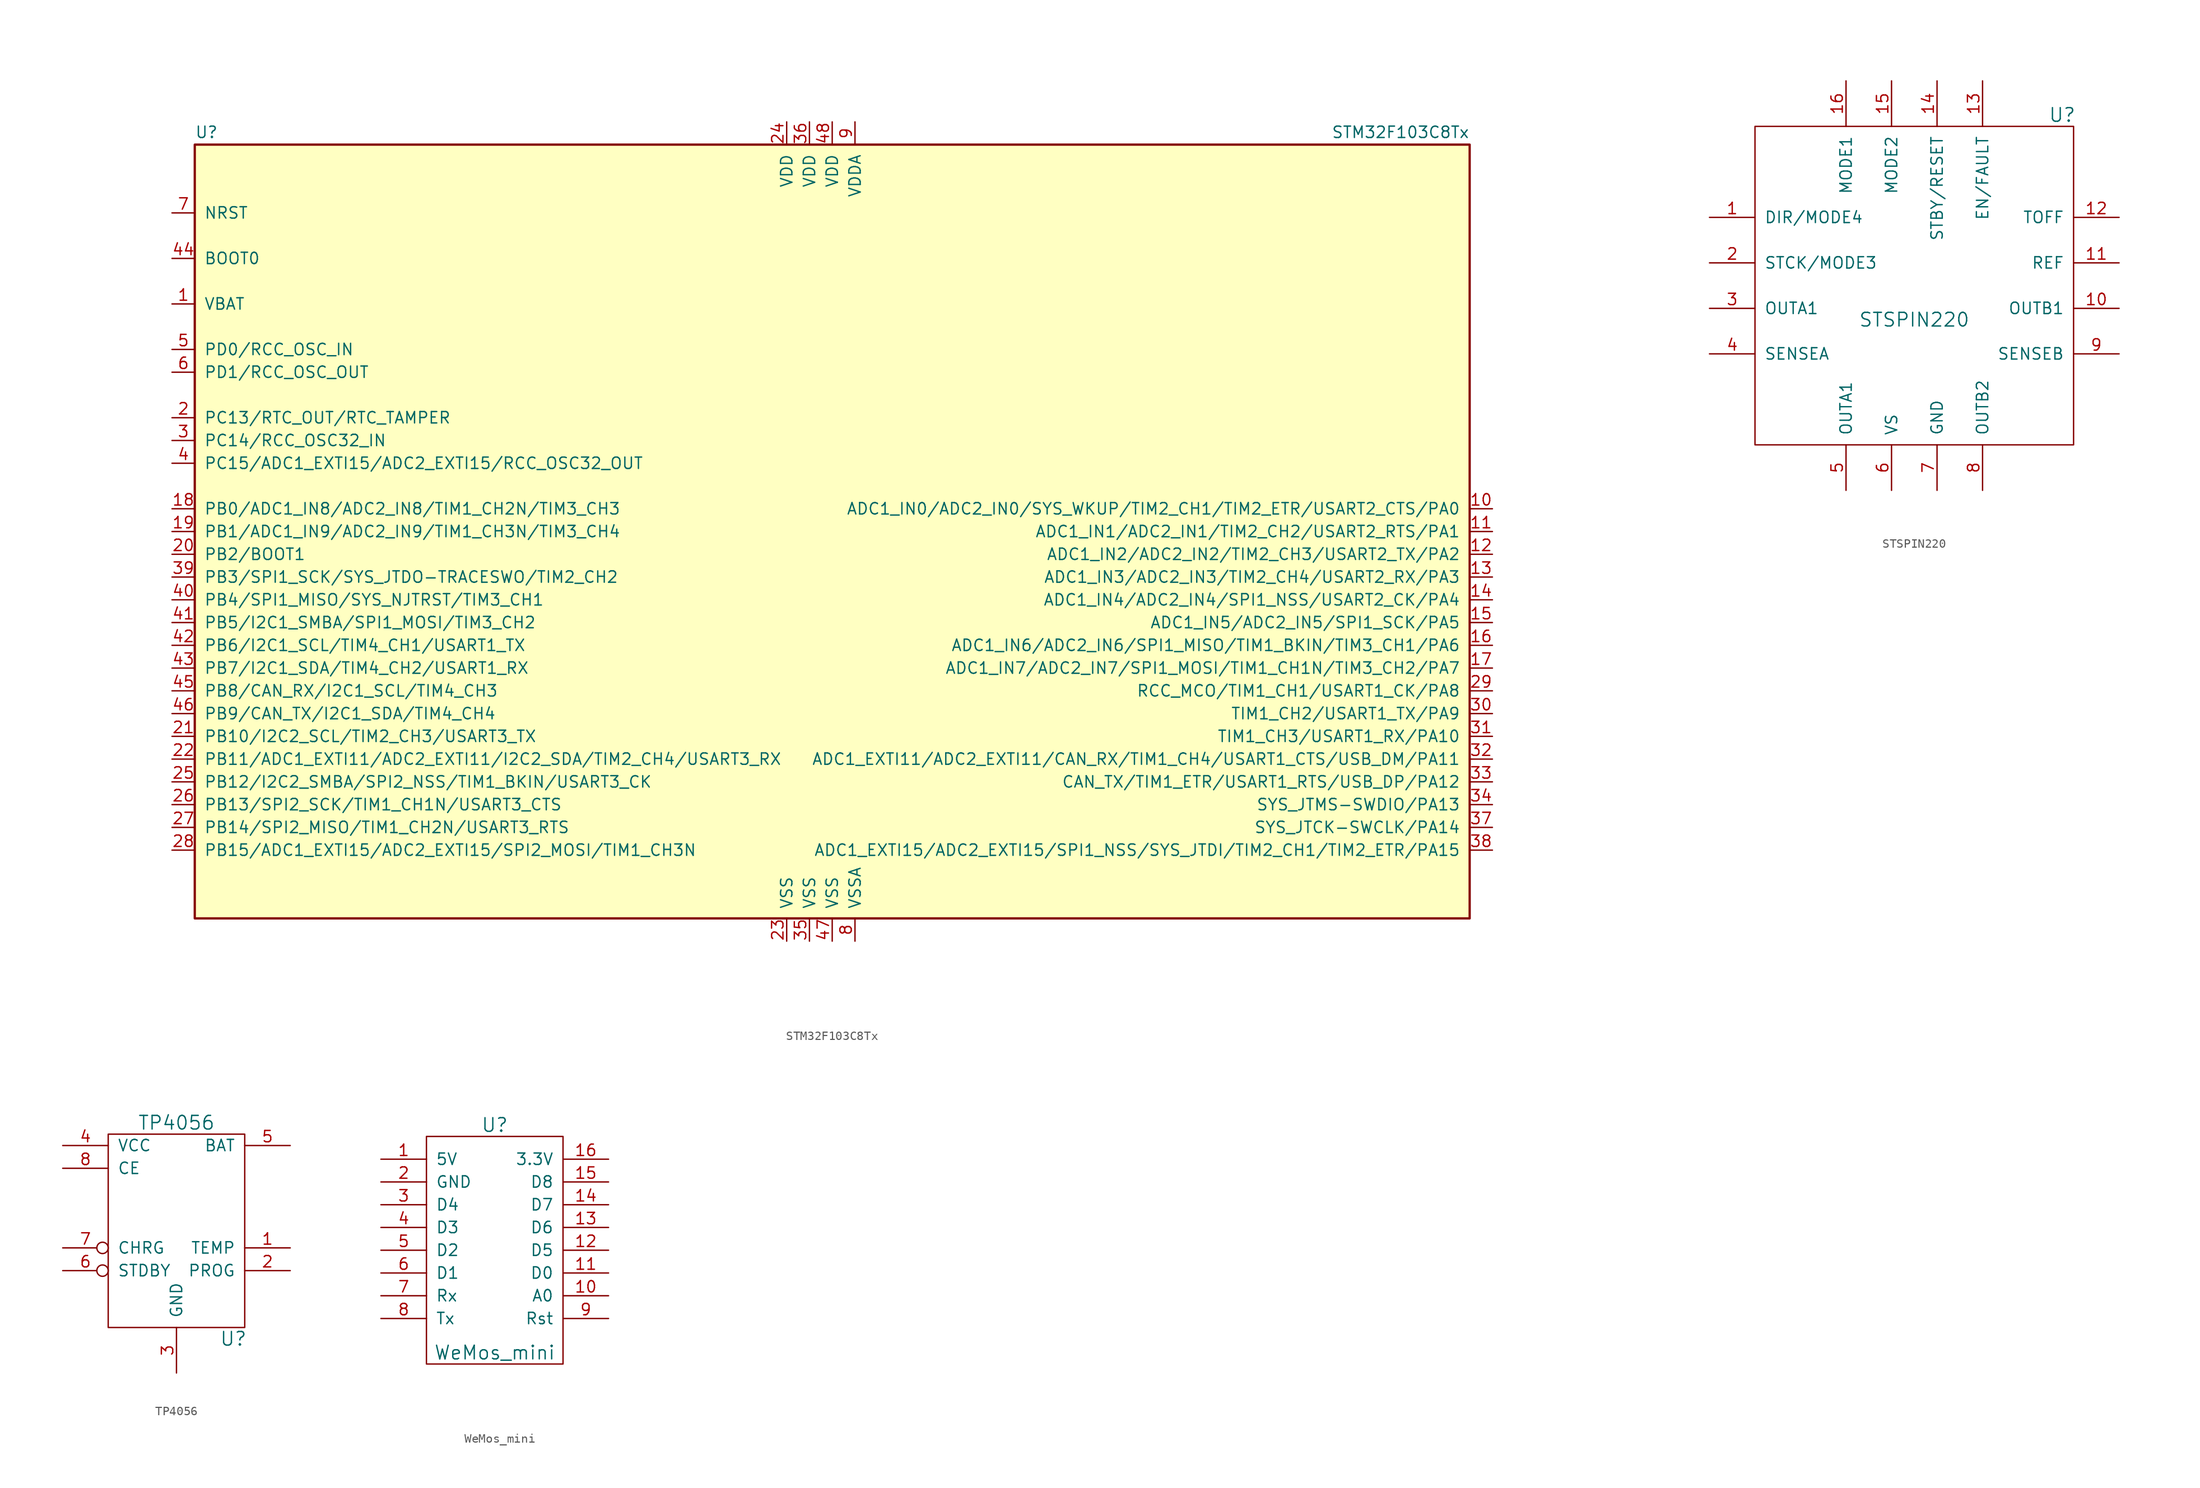
<source format=kicad_sym>
(kicad_symbol_lib
  (version 20211014)
  (generator kicad_symbol_editor)
  (symbol "STM32F103C8Tx"
    (pin_names
      (offset 1.016))
    (property "Reference" "U"
      (at -71.12 43.815 0)
      (effects (font (size 1.27 1.27)) (justify left bottom)))
    (property "Value" "STM32F103C8Tx"
      (at 71.12 43.815 0)
      (effects (font (size 1.27 1.27)) (justify right bottom)))
    (property "ki_locked" ""
      (at 0 0 0)
      (effects (font (size 1.27 1.27))))
    (symbol "STM32F103C8Tx_0_1"
      (rectangle (start -71.12 -43.18) (end 71.12 43.18) (stroke (width 0.254) (type default) (color 0 0 0 0)) (fill (type background))))
    (symbol "STM32F103C8Tx_1_1"
      (pin power_in line (at -73.66 25.4 0) (length 2.54) (name "VBAT" (effects (font (size 1.27 1.27)))) (number "1" (effects (font (size 1.27 1.27)))))
      (pin bidirectional line (at 73.66 2.54 180) (length 2.54) (name "ADC1_IN0/ADC2_IN0/SYS_WKUP/TIM2_CH1/TIM2_ETR/USART2_CTS/PA0" (effects (font (size 1.27 1.27)))) (number "10" (effects (font (size 1.27 1.27)))))
      (pin bidirectional line (at 73.66 0 180) (length 2.54) (name "ADC1_IN1/ADC2_IN1/TIM2_CH2/USART2_RTS/PA1" (effects (font (size 1.27 1.27)))) (number "11" (effects (font (size 1.27 1.27)))))
      (pin bidirectional line (at 73.66 -2.54 180) (length 2.54) (name "ADC1_IN2/ADC2_IN2/TIM2_CH3/USART2_TX/PA2" (effects (font (size 1.27 1.27)))) (number "12" (effects (font (size 1.27 1.27)))))
      (pin bidirectional line (at 73.66 -5.08 180) (length 2.54) (name "ADC1_IN3/ADC2_IN3/TIM2_CH4/USART2_RX/PA3" (effects (font (size 1.27 1.27)))) (number "13" (effects (font (size 1.27 1.27)))))
      (pin bidirectional line (at 73.66 -7.62 180) (length 2.54) (name "ADC1_IN4/ADC2_IN4/SPI1_NSS/USART2_CK/PA4" (effects (font (size 1.27 1.27)))) (number "14" (effects (font (size 1.27 1.27)))))
      (pin bidirectional line (at 73.66 -10.16 180) (length 2.54) (name "ADC1_IN5/ADC2_IN5/SPI1_SCK/PA5" (effects (font (size 1.27 1.27)))) (number "15" (effects (font (size 1.27 1.27)))))
      (pin bidirectional line (at 73.66 -12.7 180) (length 2.54) (name "ADC1_IN6/ADC2_IN6/SPI1_MISO/TIM1_BKIN/TIM3_CH1/PA6" (effects (font (size 1.27 1.27)))) (number "16" (effects (font (size 1.27 1.27)))))
      (pin bidirectional line (at 73.66 -15.24 180) (length 2.54) (name "ADC1_IN7/ADC2_IN7/SPI1_MOSI/TIM1_CH1N/TIM3_CH2/PA7" (effects (font (size 1.27 1.27)))) (number "17" (effects (font (size 1.27 1.27)))))
      (pin bidirectional line (at -73.66 2.54 0) (length 2.54) (name "PB0/ADC1_IN8/ADC2_IN8/TIM1_CH2N/TIM3_CH3" (effects (font (size 1.27 1.27)))) (number "18" (effects (font (size 1.27 1.27)))))
      (pin bidirectional line (at -73.66 0 0) (length 2.54) (name "PB1/ADC1_IN9/ADC2_IN9/TIM1_CH3N/TIM3_CH4" (effects (font (size 1.27 1.27)))) (number "19" (effects (font (size 1.27 1.27)))))
      (pin bidirectional line (at -73.66 12.7 0) (length 2.54) (name "PC13/RTC_OUT/RTC_TAMPER" (effects (font (size 1.27 1.27)))) (number "2" (effects (font (size 1.27 1.27)))))
      (pin bidirectional line (at -73.66 -2.54 0) (length 2.54) (name "PB2/BOOT1" (effects (font (size 1.27 1.27)))) (number "20" (effects (font (size 1.27 1.27)))))
      (pin bidirectional line (at -73.66 -22.86 0) (length 2.54) (name "PB10/I2C2_SCL/TIM2_CH3/USART3_TX" (effects (font (size 1.27 1.27)))) (number "21" (effects (font (size 1.27 1.27)))))
      (pin bidirectional line (at -73.66 -25.4 0) (length 2.54) (name "PB11/ADC1_EXTI11/ADC2_EXTI11/I2C2_SDA/TIM2_CH4/USART3_RX" (effects (font (size 1.27 1.27)))) (number "22" (effects (font (size 1.27 1.27)))))
      (pin power_in line (at -5.08 -45.72 90) (length 2.54) (name "VSS" (effects (font (size 1.27 1.27)))) (number "23" (effects (font (size 1.27 1.27)))))
      (pin power_in line (at -5.08 45.72 270) (length 2.54) (name "VDD" (effects (font (size 1.27 1.27)))) (number "24" (effects (font (size 1.27 1.27)))))
      (pin bidirectional line (at -73.66 -27.94 0) (length 2.54) (name "PB12/I2C2_SMBA/SPI2_NSS/TIM1_BKIN/USART3_CK" (effects (font (size 1.27 1.27)))) (number "25" (effects (font (size 1.27 1.27)))))
      (pin bidirectional line (at -73.66 -30.48 0) (length 2.54) (name "PB13/SPI2_SCK/TIM1_CH1N/USART3_CTS" (effects (font (size 1.27 1.27)))) (number "26" (effects (font (size 1.27 1.27)))))
      (pin bidirectional line (at -73.66 -33.02 0) (length 2.54) (name "PB14/SPI2_MISO/TIM1_CH2N/USART3_RTS" (effects (font (size 1.27 1.27)))) (number "27" (effects (font (size 1.27 1.27)))))
      (pin bidirectional line (at -73.66 -35.56 0) (length 2.54) (name "PB15/ADC1_EXTI15/ADC2_EXTI15/SPI2_MOSI/TIM1_CH3N" (effects (font (size 1.27 1.27)))) (number "28" (effects (font (size 1.27 1.27)))))
      (pin bidirectional line (at 73.66 -17.78 180) (length 2.54) (name "RCC_MCO/TIM1_CH1/USART1_CK/PA8" (effects (font (size 1.27 1.27)))) (number "29" (effects (font (size 1.27 1.27)))))
      (pin bidirectional line (at -73.66 10.16 0) (length 2.54) (name "PC14/RCC_OSC32_IN" (effects (font (size 1.27 1.27)))) (number "3" (effects (font (size 1.27 1.27)))))
      (pin bidirectional line (at 73.66 -20.32 180) (length 2.54) (name "TIM1_CH2/USART1_TX/PA9" (effects (font (size 1.27 1.27)))) (number "30" (effects (font (size 1.27 1.27)))))
      (pin bidirectional line (at 73.66 -22.86 180) (length 2.54) (name "TIM1_CH3/USART1_RX/PA10" (effects (font (size 1.27 1.27)))) (number "31" (effects (font (size 1.27 1.27)))))
      (pin bidirectional line (at 73.66 -25.4 180) (length 2.54) (name "ADC1_EXTI11/ADC2_EXTI11/CAN_RX/TIM1_CH4/USART1_CTS/USB_DM/PA11" (effects (font (size 1.27 1.27)))) (number "32" (effects (font (size 1.27 1.27)))))
      (pin bidirectional line (at 73.66 -27.94 180) (length 2.54) (name "CAN_TX/TIM1_ETR/USART1_RTS/USB_DP/PA12" (effects (font (size 1.27 1.27)))) (number "33" (effects (font (size 1.27 1.27)))))
      (pin bidirectional line (at 73.66 -30.48 180) (length 2.54) (name "SYS_JTMS-SWDIO/PA13" (effects (font (size 1.27 1.27)))) (number "34" (effects (font (size 1.27 1.27)))))
      (pin power_in line (at -2.54 -45.72 90) (length 2.54) (name "VSS" (effects (font (size 1.27 1.27)))) (number "35" (effects (font (size 1.27 1.27)))))
      (pin power_in line (at -2.54 45.72 270) (length 2.54) (name "VDD" (effects (font (size 1.27 1.27)))) (number "36" (effects (font (size 1.27 1.27)))))
      (pin bidirectional line (at 73.66 -33.02 180) (length 2.54) (name "SYS_JTCK-SWCLK/PA14" (effects (font (size 1.27 1.27)))) (number "37" (effects (font (size 1.27 1.27)))))
      (pin bidirectional line (at 73.66 -35.56 180) (length 2.54) (name "ADC1_EXTI15/ADC2_EXTI15/SPI1_NSS/SYS_JTDI/TIM2_CH1/TIM2_ETR/PA15" (effects (font (size 1.27 1.27)))) (number "38" (effects (font (size 1.27 1.27)))))
      (pin bidirectional line (at -73.66 -5.08 0) (length 2.54) (name "PB3/SPI1_SCK/SYS_JTDO-TRACESWO/TIM2_CH2" (effects (font (size 1.27 1.27)))) (number "39" (effects (font (size 1.27 1.27)))))
      (pin bidirectional line (at -73.66 7.62 0) (length 2.54) (name "PC15/ADC1_EXTI15/ADC2_EXTI15/RCC_OSC32_OUT" (effects (font (size 1.27 1.27)))) (number "4" (effects (font (size 1.27 1.27)))))
      (pin bidirectional line (at -73.66 -7.62 0) (length 2.54) (name "PB4/SPI1_MISO/SYS_NJTRST/TIM3_CH1" (effects (font (size 1.27 1.27)))) (number "40" (effects (font (size 1.27 1.27)))))
      (pin bidirectional line (at -73.66 -10.16 0) (length 2.54) (name "PB5/I2C1_SMBA/SPI1_MOSI/TIM3_CH2" (effects (font (size 1.27 1.27)))) (number "41" (effects (font (size 1.27 1.27)))))
      (pin bidirectional line (at -73.66 -12.7 0) (length 2.54) (name "PB6/I2C1_SCL/TIM4_CH1/USART1_TX" (effects (font (size 1.27 1.27)))) (number "42" (effects (font (size 1.27 1.27)))))
      (pin bidirectional line (at -73.66 -15.24 0) (length 2.54) (name "PB7/I2C1_SDA/TIM4_CH2/USART1_RX" (effects (font (size 1.27 1.27)))) (number "43" (effects (font (size 1.27 1.27)))))
      (pin input line (at -73.66 30.48 0) (length 2.54) (name "BOOT0" (effects (font (size 1.27 1.27)))) (number "44" (effects (font (size 1.27 1.27)))))
      (pin bidirectional line (at -73.66 -17.78 0) (length 2.54) (name "PB8/CAN_RX/I2C1_SCL/TIM4_CH3" (effects (font (size 1.27 1.27)))) (number "45" (effects (font (size 1.27 1.27)))))
      (pin bidirectional line (at -73.66 -20.32 0) (length 2.54) (name "PB9/CAN_TX/I2C1_SDA/TIM4_CH4" (effects (font (size 1.27 1.27)))) (number "46" (effects (font (size 1.27 1.27)))))
      (pin power_in line (at 0 -45.72 90) (length 2.54) (name "VSS" (effects (font (size 1.27 1.27)))) (number "47" (effects (font (size 1.27 1.27)))))
      (pin power_in line (at 0 45.72 270) (length 2.54) (name "VDD" (effects (font (size 1.27 1.27)))) (number "48" (effects (font (size 1.27 1.27)))))
      (pin input line (at -73.66 20.32 0) (length 2.54) (name "PD0/RCC_OSC_IN" (effects (font (size 1.27 1.27)))) (number "5" (effects (font (size 1.27 1.27)))))
      (pin input line (at -73.66 17.78 0) (length 2.54) (name "PD1/RCC_OSC_OUT" (effects (font (size 1.27 1.27)))) (number "6" (effects (font (size 1.27 1.27)))))
      (pin input line (at -73.66 35.56 0) (length 2.54) (name "NRST" (effects (font (size 1.27 1.27)))) (number "7" (effects (font (size 1.27 1.27)))))
      (pin power_in line (at 2.54 -45.72 90) (length 2.54) (name "VSSA" (effects (font (size 1.27 1.27)))) (number "8" (effects (font (size 1.27 1.27)))))
      (pin power_in line (at 2.54 45.72 270) (length 2.54) (name "VDDA" (effects (font (size 1.27 1.27)))) (number "9" (effects (font (size 1.27 1.27)))))))
  (symbol "STSPIN220"
    (pin_names
      (offset 1.016))
    (property "Reference" "U"
      (at 16.51 19.05 0)
      (effects (font (size 1.524 1.524))))
    (property "Value" "STSPIN220"
      (at 0 -3.81 0)
      (effects (font (size 1.524 1.524))))
    (symbol "STSPIN220_0_0"
      (pin power_out line (at 0 0 0) (length 5.08) hide (name "GND" (effects (font (size 1.27 1.27)))) (number "7" (effects (font (size 1.27 1.27))))))
    (symbol "STSPIN220_0_1"
      (rectangle (start -17.78 17.78) (end 17.78 -17.78) (stroke (width 0) (type default) (color 0 0 0 0)) (fill (type none))))
    (symbol "STSPIN220_1_1"
      (pin unspecified line (at -22.86 7.62 0) (length 5.08) (name "DIR/MODE4" (effects (font (size 1.27 1.27)))) (number "1" (effects (font (size 1.27 1.27)))))
      (pin unspecified line (at 22.86 -2.54 180) (length 5.08) (name "OUTB1" (effects (font (size 1.27 1.27)))) (number "10" (effects (font (size 1.27 1.27)))))
      (pin unspecified line (at 22.86 2.54 180) (length 5.08) (name "REF" (effects (font (size 1.27 1.27)))) (number "11" (effects (font (size 1.27 1.27)))))
      (pin unspecified line (at 22.86 7.62 180) (length 5.08) (name "TOFF" (effects (font (size 1.27 1.27)))) (number "12" (effects (font (size 1.27 1.27)))))
      (pin unspecified line (at 7.62 22.86 270) (length 5.08) (name "EN/FAULT" (effects (font (size 1.27 1.27)))) (number "13" (effects (font (size 1.27 1.27)))))
      (pin unspecified line (at 2.54 22.86 270) (length 5.08) (name "STBY/RESET" (effects (font (size 1.27 1.27)))) (number "14" (effects (font (size 1.27 1.27)))))
      (pin unspecified line (at -2.54 22.86 270) (length 5.08) (name "MODE2" (effects (font (size 1.27 1.27)))) (number "15" (effects (font (size 1.27 1.27)))))
      (pin unspecified line (at -7.62 22.86 270) (length 5.08) (name "MODE1" (effects (font (size 1.27 1.27)))) (number "16" (effects (font (size 1.27 1.27)))))
      (pin unspecified line (at -22.86 2.54 0) (length 5.08) (name "STCK/MODE3" (effects (font (size 1.27 1.27)))) (number "2" (effects (font (size 1.27 1.27)))))
      (pin unspecified line (at -22.86 -2.54 0) (length 5.08) (name "OUTA1" (effects (font (size 1.27 1.27)))) (number "3" (effects (font (size 1.27 1.27)))))
      (pin unspecified line (at -22.86 -7.62 0) (length 5.08) (name "SENSEA" (effects (font (size 1.27 1.27)))) (number "4" (effects (font (size 1.27 1.27)))))
      (pin unspecified line (at -7.62 -22.86 90) (length 5.08) (name "OUTA1" (effects (font (size 1.27 1.27)))) (number "5" (effects (font (size 1.27 1.27)))))
      (pin unspecified line (at -2.54 -22.86 90) (length 5.08) (name "VS" (effects (font (size 1.27 1.27)))) (number "6" (effects (font (size 1.27 1.27)))))
      (pin power_out line (at 2.54 -22.86 90) (length 5.08) (name "GND" (effects (font (size 1.27 1.27)))) (number "7" (effects (font (size 1.27 1.27)))))
      (pin unspecified line (at 7.62 -22.86 90) (length 5.08) (name "OUTB2" (effects (font (size 1.27 1.27)))) (number "8" (effects (font (size 1.27 1.27)))))
      (pin unspecified line (at 22.86 -7.62 180) (length 5.08) (name "SENSEB" (effects (font (size 1.27 1.27)))) (number "9" (effects (font (size 1.27 1.27)))))))
  (symbol "TP4056"
    (pin_names
      (offset 1.016))
    (property "Reference" "U"
      (at 6.35 -10.16 0)
      (effects (font (size 1.524 1.524))))
    (property "Value" "TP4056"
      (at 0 13.97 0)
      (effects (font (size 1.524 1.524))))
    (symbol "TP4056_0_1"
      (rectangle (start -7.62 12.7) (end 7.62 -8.89) (stroke (width 0) (type default) (color 0 0 0 0)) (fill (type none))))
    (symbol "TP4056_1_1"
      (pin bidirectional line (at 12.7 0 180) (length 5.08) (name "TEMP" (effects (font (size 1.27 1.27)))) (number "1" (effects (font (size 1.27 1.27)))))
      (pin bidirectional line (at 12.7 -2.54 180) (length 5.08) (name "PROG" (effects (font (size 1.27 1.27)))) (number "2" (effects (font (size 1.27 1.27)))))
      (pin power_out line (at 0 -13.97 90) (length 5.08) (name "GND" (effects (font (size 1.27 1.27)))) (number "3" (effects (font (size 1.27 1.27)))))
      (pin power_in line (at -12.7 11.43 0) (length 5.08) (name "VCC" (effects (font (size 1.27 1.27)))) (number "4" (effects (font (size 1.27 1.27)))))
      (pin power_out line (at 12.7 11.43 180) (length 5.08) (name "BAT" (effects (font (size 1.27 1.27)))) (number "5" (effects (font (size 1.27 1.27)))))
      (pin bidirectional inverted (at -12.7 -2.54 0) (length 5.08) (name "STDBY" (effects (font (size 1.27 1.27)))) (number "6" (effects (font (size 1.27 1.27)))))
      (pin bidirectional inverted (at -12.7 0 0) (length 5.08) (name "CHRG" (effects (font (size 1.27 1.27)))) (number "7" (effects (font (size 1.27 1.27)))))
      (pin bidirectional line (at -12.7 8.89 0) (length 5.08) (name "CE" (effects (font (size 1.27 1.27)))) (number "8" (effects (font (size 1.27 1.27)))))))
  (symbol "WeMos_mini"
    (pin_names
      (offset 1.016))
    (property "Reference" "U"
      (at 0 12.7 0)
      (effects (font (size 1.524 1.524))))
    (property "Value" "WeMos_mini"
      (at 0 -12.7 0)
      (effects (font (size 1.524 1.524))))
    (property "Footprint" ""
      (at 13.97 -17.78 0)
      (effects (font (size 1.524 1.524))))
    (property "Datasheet" ""
      (at 13.97 -17.78 0)
      (effects (font (size 1.524 1.524))))
    (symbol "WeMos_mini_0_1"
      (rectangle (start -7.62 11.43) (end 7.62 -13.97) (stroke (width 0) (type default) (color 0 0 0 0)) (fill (type none))))
    (symbol "WeMos_mini_1_1"
      (pin power_in line (at -12.7 8.89 0) (length 5.08) (name "5V" (effects (font (size 1.27 1.27)))) (number "1" (effects (font (size 1.27 1.27)))))
      (pin bidirectional line (at 12.7 -6.35 180) (length 5.08) (name "A0" (effects (font (size 1.27 1.27)))) (number "10" (effects (font (size 1.27 1.27)))))
      (pin bidirectional line (at 12.7 -3.81 180) (length 5.08) (name "D0" (effects (font (size 1.27 1.27)))) (number "11" (effects (font (size 1.27 1.27)))))
      (pin bidirectional line (at 12.7 -1.27 180) (length 5.08) (name "D5" (effects (font (size 1.27 1.27)))) (number "12" (effects (font (size 1.27 1.27)))))
      (pin bidirectional line (at 12.7 1.27 180) (length 5.08) (name "D6" (effects (font (size 1.27 1.27)))) (number "13" (effects (font (size 1.27 1.27)))))
      (pin bidirectional line (at 12.7 3.81 180) (length 5.08) (name "D7" (effects (font (size 1.27 1.27)))) (number "14" (effects (font (size 1.27 1.27)))))
      (pin bidirectional line (at 12.7 6.35 180) (length 5.08) (name "D8" (effects (font (size 1.27 1.27)))) (number "15" (effects (font (size 1.27 1.27)))))
      (pin power_out line (at 12.7 8.89 180) (length 5.08) (name "3.3V" (effects (font (size 1.27 1.27)))) (number "16" (effects (font (size 1.27 1.27)))))
      (pin power_in line (at -12.7 6.35 0) (length 5.08) (name "GND" (effects (font (size 1.27 1.27)))) (number "2" (effects (font (size 1.27 1.27)))))
      (pin bidirectional line (at -12.7 3.81 0) (length 5.08) (name "D4" (effects (font (size 1.27 1.27)))) (number "3" (effects (font (size 1.27 1.27)))))
      (pin bidirectional line (at -12.7 1.27 0) (length 5.08) (name "D3" (effects (font (size 1.27 1.27)))) (number "4" (effects (font (size 1.27 1.27)))))
      (pin bidirectional line (at -12.7 -1.27 0) (length 5.08) (name "D2" (effects (font (size 1.27 1.27)))) (number "5" (effects (font (size 1.27 1.27)))))
      (pin bidirectional line (at -12.7 -3.81 0) (length 5.08) (name "D1" (effects (font (size 1.27 1.27)))) (number "6" (effects (font (size 1.27 1.27)))))
      (pin bidirectional line (at -12.7 -6.35 0) (length 5.08) (name "Rx" (effects (font (size 1.27 1.27)))) (number "7" (effects (font (size 1.27 1.27)))))
      (pin bidirectional line (at -12.7 -8.89 0) (length 5.08) (name "Tx" (effects (font (size 1.27 1.27)))) (number "8" (effects (font (size 1.27 1.27)))))
      (pin bidirectional line (at 12.7 -8.89 180) (length 5.08) (name "Rst" (effects (font (size 1.27 1.27)))) (number "9" (effects (font (size 1.27 1.27))))))))
</source>
